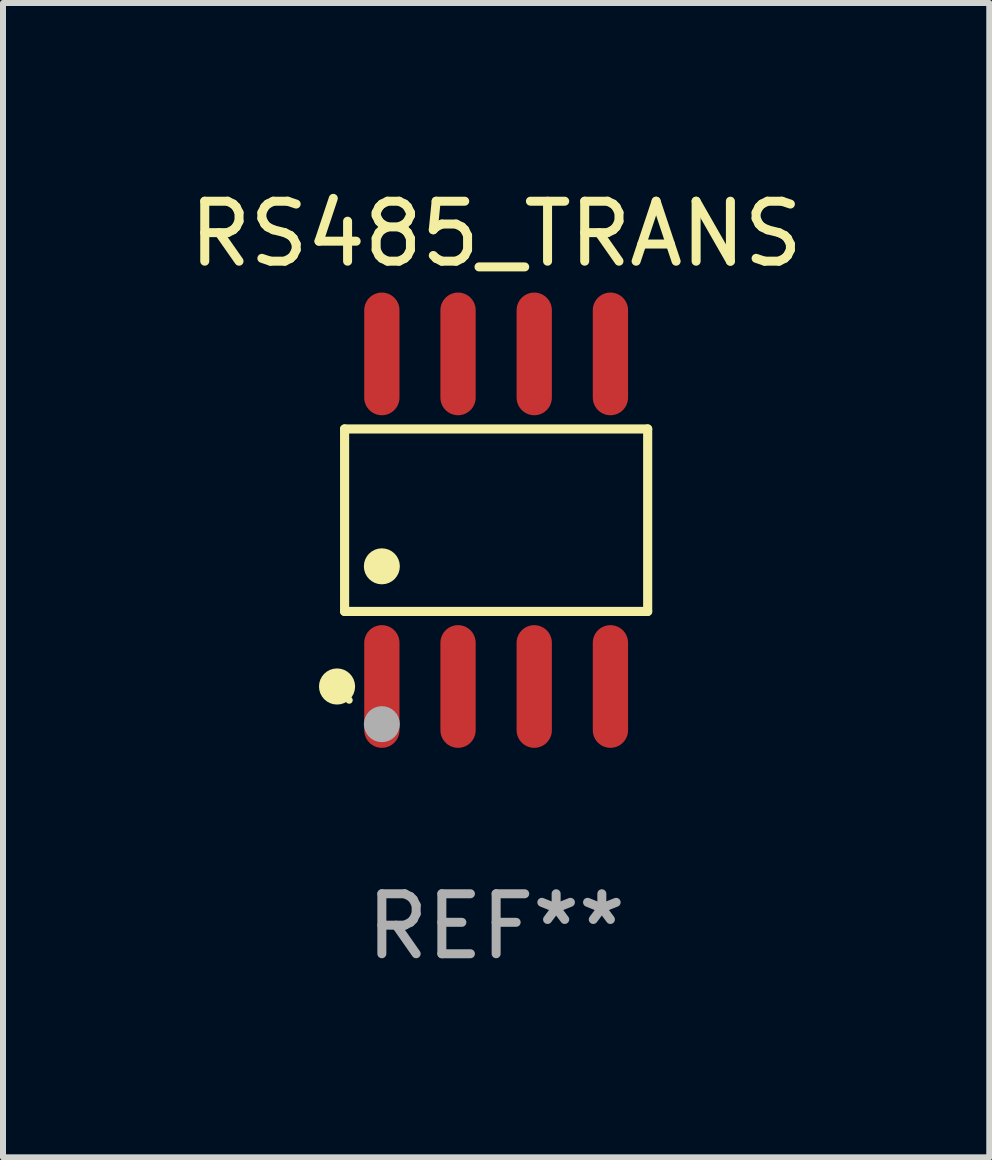
<source format=kicad_pcb>
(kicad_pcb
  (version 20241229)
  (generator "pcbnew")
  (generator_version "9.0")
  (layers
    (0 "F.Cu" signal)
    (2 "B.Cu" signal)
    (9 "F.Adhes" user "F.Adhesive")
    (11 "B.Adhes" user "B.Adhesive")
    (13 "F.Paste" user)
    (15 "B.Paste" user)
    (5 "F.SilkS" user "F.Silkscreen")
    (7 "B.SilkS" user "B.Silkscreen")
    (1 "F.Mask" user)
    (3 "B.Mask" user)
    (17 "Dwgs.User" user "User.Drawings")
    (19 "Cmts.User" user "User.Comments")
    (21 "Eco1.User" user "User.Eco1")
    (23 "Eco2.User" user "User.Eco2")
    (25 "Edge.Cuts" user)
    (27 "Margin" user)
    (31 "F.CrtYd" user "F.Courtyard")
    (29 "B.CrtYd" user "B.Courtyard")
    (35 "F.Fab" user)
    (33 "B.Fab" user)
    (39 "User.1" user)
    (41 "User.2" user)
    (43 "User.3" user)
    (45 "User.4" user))
  (footprint "RS485_TRANS"
    (layer "F.Cu")
    (at 5.22 5.621)
    (property "Reference" "RS485_TRANS" (at 0 -4.772 0) (layer "F.SilkS") (effects (font (size 1 1) (thickness 0.15))))
    (attr through_hole)
    (fp_line (start -2.526 -1.521) (end 2.526 -1.521) (stroke (width 0.152) (type solid)) (layer "F.SilkS"))
    (fp_line (start -2.526 1.521) (end -2.526 -1.521) (stroke (width 0.152) (type solid)) (layer "F.SilkS"))
    (fp_line (start 2.526 -1.521) (end 2.526 1.521) (stroke (width 0.152) (type solid)) (layer "F.SilkS"))
    (fp_line (start 2.526 1.521) (end -2.526 1.521) (stroke (width 0.152) (type solid)) (layer "F.SilkS"))
    (fp_circle (center -2.652 2.772) (end -2.501 2.772) (stroke (width 0.3) (type solid)) (fill no) (layer "F.SilkS"))
    (fp_circle (center -2.45 3) (end -2.42 3) (stroke (width 0.06) (type solid)) (fill no) (layer "F.SilkS"))
    (fp_circle (center -1.905 0.769) (end -1.755 0.769) (stroke (width 0.3) (type solid)) (fill no) (layer "F.SilkS"))
    (fp_circle (center -1.905 3.4) (end -1.755 3.4) (stroke (width 0.3) (type solid)) (fill no) (layer "F.Fab"))
    (fp_text user "REF**" (at 0 6.772 0) (layer "F.Fab") (effects (font (size 1 1) (thickness 0.15))))
    (pad "1" smd oval (at -1.905 2.772) (size 0.588 2.045) (layers "F.Cu" "F.Mask" "F.Paste"))
    (pad "2" smd oval (at -0.635 2.772) (size 0.588 2.045) (layers "F.Cu" "F.Mask" "F.Paste"))
    (pad "3" smd oval (at 0.635 2.772) (size 0.588 2.045) (layers "F.Cu" "F.Mask" "F.Paste"))
    (pad "4" smd oval (at 1.905 2.772) (size 0.588 2.045) (layers "F.Cu" "F.Mask" "F.Paste"))
    (pad "5" smd oval (at 1.905 -2.772) (size 0.588 2.045) (layers "F.Cu" "F.Mask" "F.Paste"))
    (pad "6" smd oval (at 0.635 -2.772) (size 0.588 2.045) (layers "F.Cu" "F.Mask" "F.Paste"))
    (pad "7" smd oval (at -0.635 -2.772) (size 0.588 2.045) (layers "F.Cu" "F.Mask" "F.Paste"))
    (pad "8" smd oval (at -1.905 -2.772) (size 0.588 2.045) (layers "F.Cu" "F.Mask" "F.Paste")))
  (gr_rect
    (start -3 -3)
    (end 13.44 16.241)
    (stroke (width 0.1) (type default))
    (fill no)
    (layer "Edge.Cuts")))
</source>
